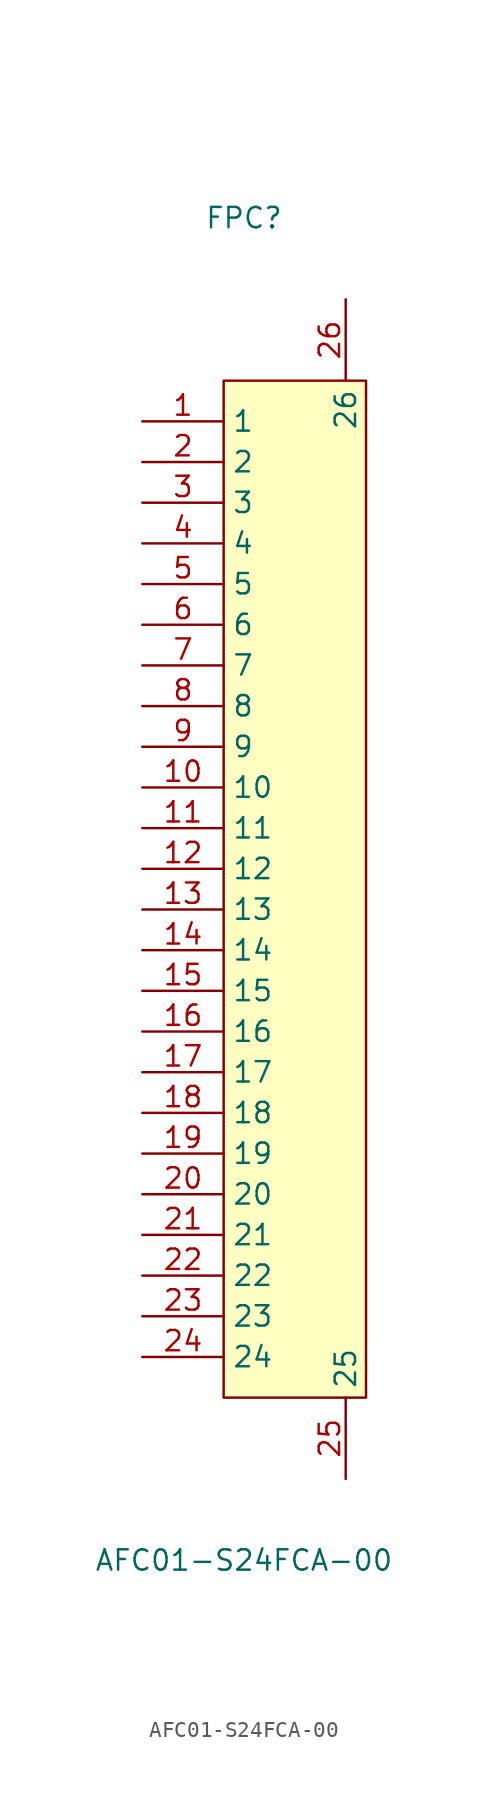
<source format=kicad_sym>
(kicad_symbol_lib
  (version 20220914)
  (generator kicad_symbol_editor)
  (symbol "AFC01-S24FCA-00"
    (property "Reference" "FPC"
      (at 0 41.91 0)
      (effects (font (size 1.27 1.27))))
    (property "Value" "AFC01-S24FCA-00"
      (at 0 -41.91 0)
      (effects (font (size 1.27 1.27))))
    (symbol "AFC01-S24FCA-00_0_1"
      (rectangle (start -1.27 31.75) (end 7.62 -31.75) (stroke (width 0) (type default)) (fill (type background))))
    (symbol "AFC01-S24FCA-00_1_1"
      (pin passive line (at -6.35 29.21 0) (length 5.08) (name "1" (effects (font (size 1.27 1.27)))) (number "1" (effects (font (size 1.27 1.27)))))
      (pin passive line (at -6.35 6.35 0) (length 5.08) (name "10" (effects (font (size 1.27 1.27)))) (number "10" (effects (font (size 1.27 1.27)))))
      (pin passive line (at -6.35 3.81 0) (length 5.08) (name "11" (effects (font (size 1.27 1.27)))) (number "11" (effects (font (size 1.27 1.27)))))
      (pin passive line (at -6.35 1.27 0) (length 5.08) (name "12" (effects (font (size 1.27 1.27)))) (number "12" (effects (font (size 1.27 1.27)))))
      (pin passive line (at -6.35 -1.27 0) (length 5.08) (name "13" (effects (font (size 1.27 1.27)))) (number "13" (effects (font (size 1.27 1.27)))))
      (pin passive line (at -6.35 -3.81 0) (length 5.08) (name "14" (effects (font (size 1.27 1.27)))) (number "14" (effects (font (size 1.27 1.27)))))
      (pin passive line (at -6.35 -6.35 0) (length 5.08) (name "15" (effects (font (size 1.27 1.27)))) (number "15" (effects (font (size 1.27 1.27)))))
      (pin passive line (at -6.35 -8.89 0) (length 5.08) (name "16" (effects (font (size 1.27 1.27)))) (number "16" (effects (font (size 1.27 1.27)))))
      (pin passive line (at -6.35 -11.43 0) (length 5.08) (name "17" (effects (font (size 1.27 1.27)))) (number "17" (effects (font (size 1.27 1.27)))))
      (pin passive line (at -6.35 -13.97 0) (length 5.08) (name "18" (effects (font (size 1.27 1.27)))) (number "18" (effects (font (size 1.27 1.27)))))
      (pin passive line (at -6.35 -16.51 0) (length 5.08) (name "19" (effects (font (size 1.27 1.27)))) (number "19" (effects (font (size 1.27 1.27)))))
      (pin passive line (at -6.35 26.67 0) (length 5.08) (name "2" (effects (font (size 1.27 1.27)))) (number "2" (effects (font (size 1.27 1.27)))))
      (pin passive line (at -6.35 -19.05 0) (length 5.08) (name "20" (effects (font (size 1.27 1.27)))) (number "20" (effects (font (size 1.27 1.27)))))
      (pin passive line (at -6.35 -21.59 0) (length 5.08) (name "21" (effects (font (size 1.27 1.27)))) (number "21" (effects (font (size 1.27 1.27)))))
      (pin passive line (at -6.35 -24.13 0) (length 5.08) (name "22" (effects (font (size 1.27 1.27)))) (number "22" (effects (font (size 1.27 1.27)))))
      (pin passive line (at -6.35 -26.67 0) (length 5.08) (name "23" (effects (font (size 1.27 1.27)))) (number "23" (effects (font (size 1.27 1.27)))))
      (pin passive line (at -6.35 -29.21 0) (length 5.08) (name "24" (effects (font (size 1.27 1.27)))) (number "24" (effects (font (size 1.27 1.27)))))
      (pin passive line (at 6.35 -36.83 90) (length 5.08) (name "25" (effects (font (size 1.27 1.27)))) (number "25" (effects (font (size 1.27 1.27)))))
      (pin passive line (at 6.35 36.83 270) (length 5.08) (name "26" (effects (font (size 1.27 1.27)))) (number "26" (effects (font (size 1.27 1.27)))))
      (pin passive line (at -6.35 24.13 0) (length 5.08) (name "3" (effects (font (size 1.27 1.27)))) (number "3" (effects (font (size 1.27 1.27)))))
      (pin passive line (at -6.35 21.59 0) (length 5.08) (name "4" (effects (font (size 1.27 1.27)))) (number "4" (effects (font (size 1.27 1.27)))))
      (pin passive line (at -6.35 19.05 0) (length 5.08) (name "5" (effects (font (size 1.27 1.27)))) (number "5" (effects (font (size 1.27 1.27)))))
      (pin passive line (at -6.35 16.51 0) (length 5.08) (name "6" (effects (font (size 1.27 1.27)))) (number "6" (effects (font (size 1.27 1.27)))))
      (pin passive line (at -6.35 13.97 0) (length 5.08) (name "7" (effects (font (size 1.27 1.27)))) (number "7" (effects (font (size 1.27 1.27)))))
      (pin passive line (at -6.35 11.43 0) (length 5.08) (name "8" (effects (font (size 1.27 1.27)))) (number "8" (effects (font (size 1.27 1.27)))))
      (pin passive line (at -6.35 8.89 0) (length 5.08) (name "9" (effects (font (size 1.27 1.27)))) (number "9" (effects (font (size 1.27 1.27))))))))
</source>
